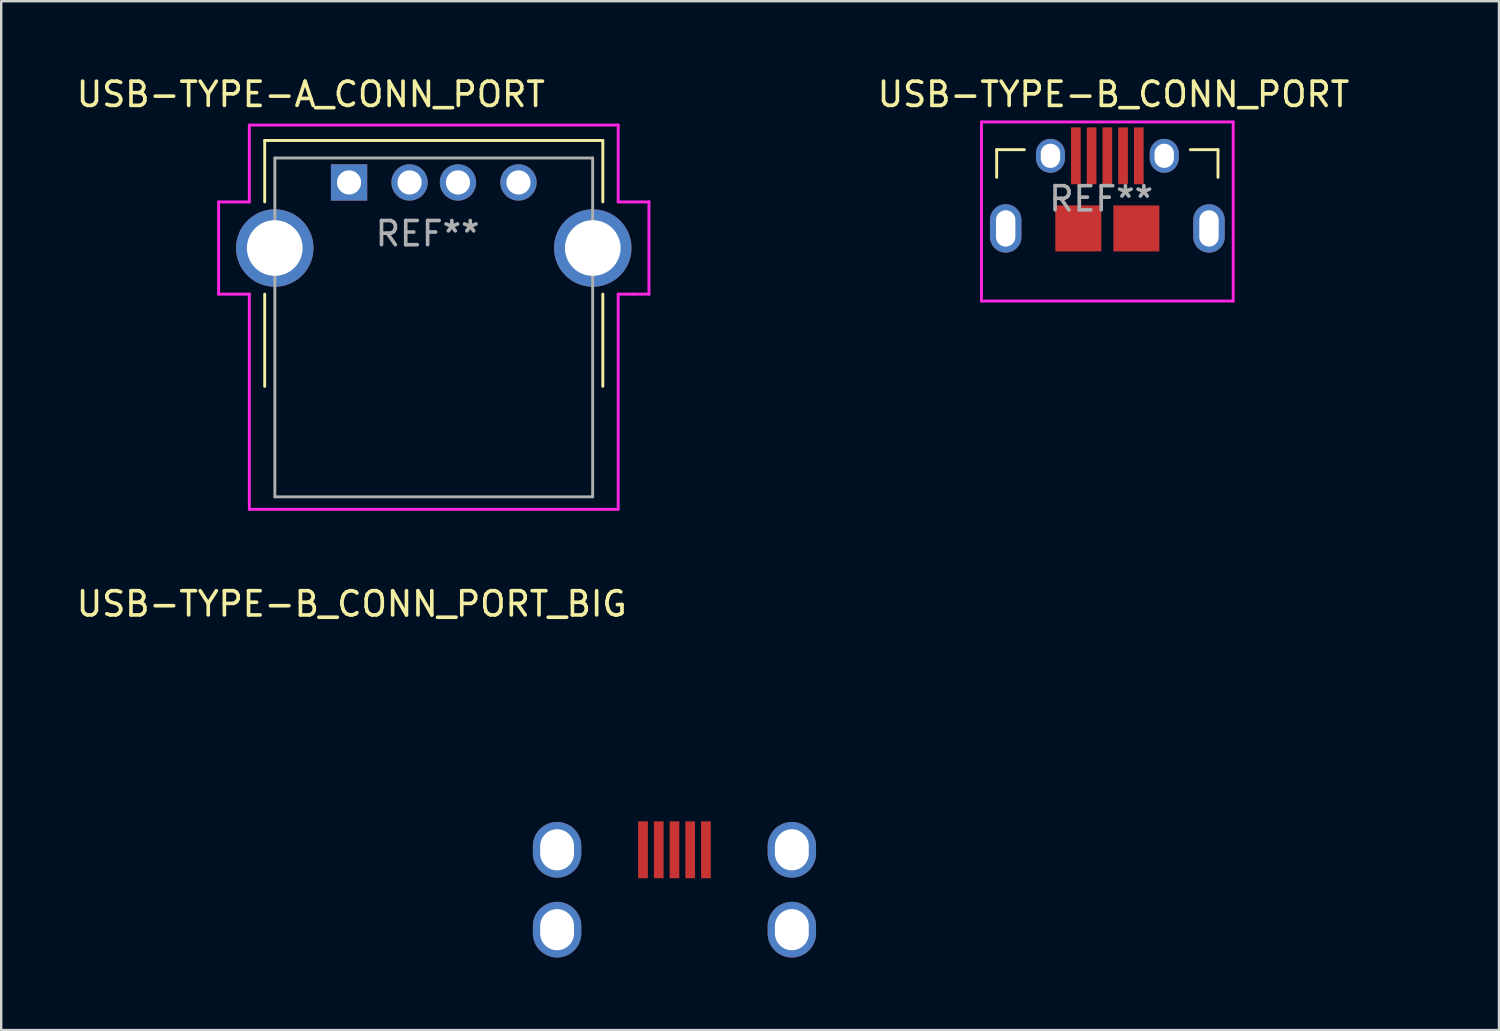
<source format=kicad_pcb>
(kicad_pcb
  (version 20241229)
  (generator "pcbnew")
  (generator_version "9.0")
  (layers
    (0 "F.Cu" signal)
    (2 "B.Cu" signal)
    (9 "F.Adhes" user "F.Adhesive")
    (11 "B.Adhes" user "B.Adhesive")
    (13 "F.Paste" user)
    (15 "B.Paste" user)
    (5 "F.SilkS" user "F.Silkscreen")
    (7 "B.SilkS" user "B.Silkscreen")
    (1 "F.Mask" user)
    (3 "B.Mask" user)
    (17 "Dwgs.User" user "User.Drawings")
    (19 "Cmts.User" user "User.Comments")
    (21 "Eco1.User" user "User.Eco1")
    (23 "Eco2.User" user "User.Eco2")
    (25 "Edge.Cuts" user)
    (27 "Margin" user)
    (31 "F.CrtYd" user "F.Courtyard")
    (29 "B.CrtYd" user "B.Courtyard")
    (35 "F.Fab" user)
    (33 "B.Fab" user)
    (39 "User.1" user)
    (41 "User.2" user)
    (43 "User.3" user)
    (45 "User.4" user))
  (footprint "USB-TYPE-B_CONN_PORT"
    (layer "F.Cu")
    (at 42.702 3.388)
    (property "Reference" "USB-TYPE-B_CONN_PORT" (at 0.254 -2.54 0) (layer "F.SilkS") (effects (font (size 1 1) (thickness 0.15))))
    (attr through_hole)
    (fp_line (start -4.572 -0.254) (end -3.429 -0.254) (stroke (width 0.12) (type solid)) (layer "F.SilkS"))
    (fp_line (start -4.572 0.889) (end -4.572 -0.254) (stroke (width 0.12) (type solid)) (layer "F.SilkS"))
    (fp_line (start 3.429 -0.254) (end 4.572 -0.254) (stroke (width 0.12) (type solid)) (layer "F.SilkS"))
    (fp_line (start 4.572 -0.254) (end 4.572 0.889) (stroke (width 0.12) (type solid)) (layer "F.SilkS"))
    (fp_line (start -5.207 4.445) (end 5.207 4.445) (stroke (width 0.12) (type solid)) (layer "Eco1.User"))
    (fp_line (start -5.2 -1.4) (end -5.2 6) (stroke (width 0.12) (type solid)) (layer "F.CrtYd"))
    (fp_line (start 5.2 -1.4) (end -5.2 -1.4) (stroke (width 0.12) (type solid)) (layer "F.CrtYd"))
    (fp_line (start 5.2 -1.4) (end 5.2 6) (stroke (width 0.12) (type solid)) (layer "F.CrtYd"))
    (fp_line (start 5.2 6) (end -5.2 6) (stroke (width 0.12) (type solid)) (layer "F.CrtYd"))
    (fp_text user "PCB EDGE" (at 9.271 4.572 0) (layer "Eco1.User") (effects (font (size 1 1) (thickness 0.15))))
    (fp_text user "REF**" (at -0.254 1.778 0) (layer "F.Fab") (effects (font (size 1 1) (thickness 0.15))))
    (pad "1" smd rect (at -1.3 0) (size 0.4 2.35) (layers "F.Cu" "F.Mask" "F.Paste"))
    (pad "2" smd rect (at -0.65 0) (size 0.4 2.35) (layers "F.Cu" "F.Mask" "F.Paste"))
    (pad "3" smd rect (at 0 0) (size 0.4 2.35) (layers "F.Cu" "F.Mask" "F.Paste"))
    (pad "4" smd rect (at 0.65 0) (size 0.4 2.35) (layers "F.Cu" "F.Mask" "F.Paste"))
    (pad "5" smd rect (at 1.3 0) (size 0.4 2.35) (layers "F.Cu" "F.Mask" "F.Paste"))
    (pad "6" thru_hole oval (at -2.35 0) (size 1.2 1.4) (drill oval 0.8 1) (layers "*.Cu" "*.Mask"))
    (pad "7" thru_hole oval (at 2.35 0) (size 1.2 1.4) (drill oval 0.8 1) (layers "*.Cu" "*.Mask"))
    (pad "8" thru_hole oval (at -4.2 3) (size 1.3 2) (drill oval 0.8 1.5) (layers "*.Cu" "*.Mask"))
    (pad "9" smd rect (at -1.2 3) (size 1.9 1.9) (layers "F.Cu" "F.Mask" "F.Paste"))
    (pad "10" smd rect (at 1.2 3) (size 1.9 1.9) (layers "F.Cu" "F.Mask" "F.Paste"))
    (pad "11" thru_hole oval (at 4.2 3) (size 1.3 2) (drill oval 0.8 1.5) (layers "*.Cu" "*.Mask")))
  (footprint "USB-TYPE-B_CONN_PORT_BIG"
    (layer "F.Cu")
    (at 24.817 32.062)
    (property "Reference" "USB-TYPE-B_CONN_PORT_BIG" (at -13.335 -10.16 0) (layer "F.SilkS") (effects (font (size 1 1) (thickness 0.15))))
    (attr through_hole)
    (pad "1" smd rect (at -1.3 0) (size 0.4 2.35) (layers "F.Cu" "F.Mask" "F.Paste"))
    (pad "2" smd rect (at -0.65 0) (size 0.4 2.35) (layers "F.Cu" "F.Mask" "F.Paste"))
    (pad "3" smd rect (at 0 0) (size 0.4 2.35) (layers "F.Cu" "F.Mask" "F.Paste"))
    (pad "4" smd rect (at 0.65 0) (size 0.4 2.35) (layers "F.Cu" "F.Mask" "F.Paste"))
    (pad "5" smd rect (at 1.3 0) (size 0.4 2.35) (layers "F.Cu" "F.Mask" "F.Paste"))
    (pad "6" thru_hole oval (at -4.85 0) (size 2 2.3) (drill oval 1.4 1.7) (layers "*.Cu" "*.Mask"))
    (pad "7" thru_hole oval (at 4.85 0) (size 2 2.3) (drill oval 1.4 1.7) (layers "*.Cu" "*.Mask"))
    (pad "8" thru_hole oval (at -4.85 3.3) (size 2 2.3) (drill oval 1.4 1.7) (layers "*.Cu" "*.Mask"))
    (pad "9" thru_hole oval (at 4.85 3.3) (size 2 2.3) (drill oval 1.4 1.7) (layers "*.Cu" "*.Mask")))
  (footprint "USB-TYPE-A_CONN_PORT"
    (layer "F.Cu")
    (at 14.872 7.198)
    (property "Reference" "USB-TYPE-A_CONN_PORT" (at -5.08 -6.35 0) (layer "F.SilkS") (effects (font (size 1 1) (thickness 0.15))))
    (attr through_hole)
    (fp_line (start -6.985 -4.445) (end 6.985 -4.445) (stroke (width 0.12) (type solid)) (layer "F.SilkS"))
    (fp_line (start -6.985 -1.905) (end -6.985 -4.445) (stroke (width 0.12) (type solid)) (layer "F.SilkS"))
    (fp_line (start -6.985 1.905) (end -6.985 5.715) (stroke (width 0.12) (type solid)) (layer "F.SilkS"))
    (fp_line (start 6.985 -4.445) (end 6.985 -1.905) (stroke (width 0.12) (type solid)) (layer "F.SilkS"))
    (fp_line (start 6.985 5.715) (end 6.985 1.905) (stroke (width 0.12) (type solid)) (layer "F.SilkS"))
    (fp_line (start -6.565 7.28) (end 6.565 7.28) (stroke (width 0.12) (type solid)) (layer "Eco1.User"))
    (fp_line (start -8.89 -1.905) (end -8.89 1.905) (stroke (width 0.12) (type solid)) (layer "F.CrtYd"))
    (fp_line (start -8.89 1.905) (end -7.62 1.905) (stroke (width 0.12) (type solid)) (layer "F.CrtYd"))
    (fp_line (start -7.62 -5.08) (end -7.62 -1.905) (stroke (width 0.12) (type solid)) (layer "F.CrtYd"))
    (fp_line (start -7.62 -1.905) (end -8.89 -1.905) (stroke (width 0.12) (type solid)) (layer "F.CrtYd"))
    (fp_line (start -7.62 1.905) (end -7.62 10.795) (stroke (width 0.12) (type solid)) (layer "F.CrtYd"))
    (fp_line (start -7.62 10.795) (end 7.62 10.795) (stroke (width 0.12) (type solid)) (layer "F.CrtYd"))
    (fp_line (start 7.62 -5.08) (end -7.62 -5.08) (stroke (width 0.12) (type solid)) (layer "F.CrtYd"))
    (fp_line (start 7.62 -1.905) (end 7.62 -5.08) (stroke (width 0.12) (type solid)) (layer "F.CrtYd"))
    (fp_line (start 7.62 1.905) (end 8.255 1.905) (stroke (width 0.12) (type solid)) (layer "F.CrtYd"))
    (fp_line (start 7.62 10.795) (end 7.62 1.905) (stroke (width 0.12) (type solid)) (layer "F.CrtYd"))
    (fp_line (start 8.255 1.905) (end 8.89 1.905) (stroke (width 0.12) (type solid)) (layer "F.CrtYd"))
    (fp_line (start 8.89 -1.905) (end 7.62 -1.905) (stroke (width 0.12) (type solid)) (layer "F.CrtYd"))
    (fp_line (start 8.89 -1.905) (end 8.89 -1.905) (stroke (width 0.12) (type solid)) (layer "F.CrtYd"))
    (fp_line (start 8.89 1.905) (end 8.89 -1.905) (stroke (width 0.12) (type solid)) (layer "F.CrtYd"))
    (fp_line (start -6.565 -3.72) (end -6.565 10.28) (stroke (width 0.12) (type solid)) (layer "F.Fab"))
    (fp_line (start -6.565 -3.72) (end 6.565 -3.72) (stroke (width 0.12) (type solid)) (layer "F.Fab"))
    (fp_line (start -6.565 10.28) (end 6.565 10.28) (stroke (width 0.12) (type solid)) (layer "F.Fab"))
    (fp_line (start 6.565 -3.72) (end 6.565 10.28) (stroke (width 0.12) (type solid)) (layer "F.Fab"))
    (fp_text user "PCB Edge" (at 11.43 7.112 0) (layer "Eco1.User") (effects (font (size 1 1) (thickness 0.15))))
    (fp_text user "REF**" (at -0.254 -0.593 0) (layer "F.Fab") (effects (font (size 1 1) (thickness 0.15))))
    (pad "1" thru_hole rect (at -3.5 -2.71) (size 1.5 1.5) (drill 1) (layers "*.Cu" "*.Mask"))
    (pad "2" thru_hole circle (at -1 -2.71) (size 1.5 1.5) (drill 1) (layers "*.Cu" "*.Mask"))
    (pad "3" thru_hole circle (at 1 -2.71) (size 1.5 1.5) (drill 1) (layers "*.Cu" "*.Mask"))
    (pad "4" thru_hole circle (at 3.5 -2.71) (size 1.5 1.5) (drill 1) (layers "*.Cu" "*.Mask"))
    (pad "5" thru_hole circle (at -6.57 0) (size 3.2 3.2) (drill 2.3) (layers "*.Cu" "*.Mask"))
    (pad "6" thru_hole circle (at 6.57 0) (size 3.2 3.2) (drill 2.3) (layers "*.Cu" "*.Mask")))
  (gr_rect
    (start -3 -3)
    (end 58.884 39.511)
    (stroke (width 0.1) (type default))
    (fill no)
    (layer "Edge.Cuts")))
</source>
